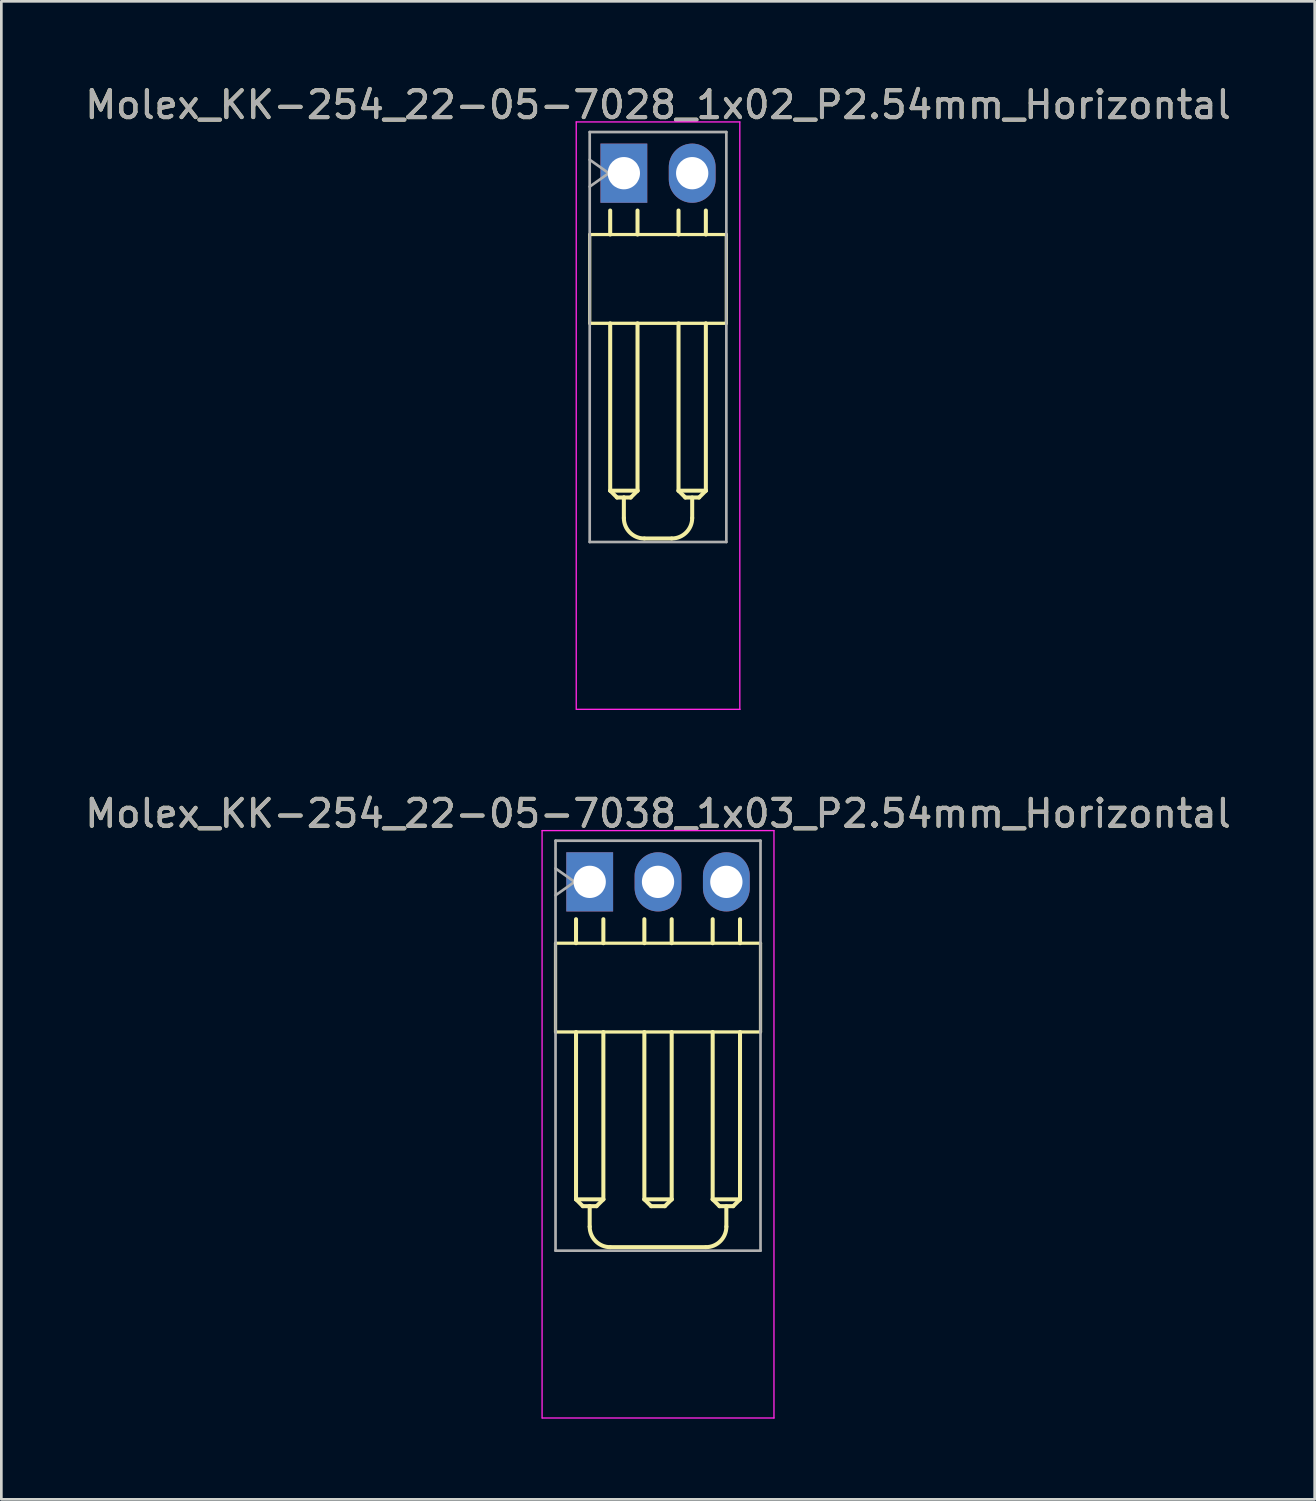
<source format=kicad_pcb>
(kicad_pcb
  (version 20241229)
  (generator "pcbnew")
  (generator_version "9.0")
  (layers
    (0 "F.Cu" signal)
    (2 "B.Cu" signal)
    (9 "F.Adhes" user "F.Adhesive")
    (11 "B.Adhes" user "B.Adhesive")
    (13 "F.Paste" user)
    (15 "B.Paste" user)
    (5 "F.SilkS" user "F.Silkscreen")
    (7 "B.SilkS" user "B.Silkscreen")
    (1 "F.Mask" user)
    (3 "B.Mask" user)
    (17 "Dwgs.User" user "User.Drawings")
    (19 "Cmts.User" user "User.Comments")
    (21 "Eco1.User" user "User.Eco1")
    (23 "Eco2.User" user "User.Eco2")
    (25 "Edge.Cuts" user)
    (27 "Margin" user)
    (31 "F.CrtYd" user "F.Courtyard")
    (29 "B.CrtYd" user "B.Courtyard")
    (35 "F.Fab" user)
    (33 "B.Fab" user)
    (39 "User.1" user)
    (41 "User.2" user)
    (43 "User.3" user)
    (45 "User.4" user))
  (footprint "Molex_KK-254_22-05-7028_1x02_P2.54mm_Horizontal"
    (layer "F.Cu")
    (at 20.141 3.388)
    (property "Reference" "Molex_KK-254_22-05-7028_1x02_P2.54mm_Horizontal" (at 1.27 -2.54 0) (layer "F.SilkS") (effects (font (size 1 1) (thickness 0.15))))
    (attr through_hole)
    (fp_line (start -1.27 2.28) (end -1.27 5.58) (stroke (width 0.12) (type solid)) (layer "F.SilkS"))
    (fp_line (start -1.27 2.28) (end 3.81 2.28) (stroke (width 0.12) (type solid)) (layer "F.SilkS"))
    (fp_line (start -0.508 1.388) (end -0.508 2.28) (stroke (width 0.15) (type solid)) (layer "F.SilkS"))
    (fp_line (start -0.508 11.802) (end -0.508 5.582) (stroke (width 0.15) (type solid)) (layer "F.SilkS"))
    (fp_line (start -0.508 11.802) (end 0.508 11.802) (stroke (width 0.15) (type solid)) (layer "F.SilkS"))
    (fp_line (start -0.254 12.056) (end -0.508 11.802) (stroke (width 0.15) (type solid)) (layer "F.SilkS"))
    (fp_line (start 0 12.056) (end -0.254 12.056) (stroke (width 0.15) (type solid)) (layer "F.SilkS"))
    (fp_line (start 0 12.056) (end 0 12.818) (stroke (width 0.15) (type solid)) (layer "F.SilkS"))
    (fp_line (start 0.254 12.056) (end 0 12.056) (stroke (width 0.15) (type solid)) (layer "F.SilkS"))
    (fp_line (start 0.508 2.28) (end 0.508 1.388) (stroke (width 0.15) (type solid)) (layer "F.SilkS"))
    (fp_line (start 0.508 5.582) (end 0.508 11.802) (stroke (width 0.15) (type solid)) (layer "F.SilkS"))
    (fp_line (start 0.508 11.802) (end 0.254 12.056) (stroke (width 0.15) (type solid)) (layer "F.SilkS"))
    (fp_line (start 0.762 13.58) (end 1.778 13.58) (stroke (width 0.15) (type solid)) (layer "F.SilkS"))
    (fp_line (start 2.032 2.28) (end 2.032 1.388) (stroke (width 0.15) (type solid)) (layer "F.SilkS"))
    (fp_line (start 2.032 5.582) (end 2.032 11.802) (stroke (width 0.15) (type solid)) (layer "F.SilkS"))
    (fp_line (start 2.032 11.802) (end 2.286 12.056) (stroke (width 0.15) (type solid)) (layer "F.SilkS"))
    (fp_line (start 2.286 12.056) (end 2.794 12.056) (stroke (width 0.15) (type solid)) (layer "F.SilkS"))
    (fp_line (start 2.54 12.056) (end 2.54 12.818) (stroke (width 0.15) (type solid)) (layer "F.SilkS"))
    (fp_line (start 2.794 12.056) (end 3.048 11.802) (stroke (width 0.15) (type solid)) (layer "F.SilkS"))
    (fp_line (start 3.048 2.28) (end 3.048 1.388) (stroke (width 0.15) (type solid)) (layer "F.SilkS"))
    (fp_line (start 3.048 11.802) (end 2.032 11.802) (stroke (width 0.15) (type solid)) (layer "F.SilkS"))
    (fp_line (start 3.048 11.802) (end 3.048 5.582) (stroke (width 0.15) (type solid)) (layer "F.SilkS"))
    (fp_line (start 3.81 2.28) (end 3.81 5.58) (stroke (width 0.12) (type solid)) (layer "F.SilkS"))
    (fp_line (start 3.81 5.58) (end -1.27 5.58) (stroke (width 0.12) (type solid)) (layer "F.SilkS"))
    (fp_arc (start 0.762 13.58) (mid 0.223185 13.356815) (end 0 12.818) (stroke (width 0.15) (type solid)) (layer "F.SilkS"))
    (fp_arc (start 2.54 12.818) (mid 2.316815 13.356815) (end 1.778 13.58) (stroke (width 0.15) (type solid)) (layer "F.SilkS"))
    (fp_line (start -1.77 -1.905) (end -1.77 19.93) (stroke (width 0.05) (type solid)) (layer "F.CrtYd"))
    (fp_line (start -1.762 19.93) (end 4.318 19.93) (stroke (width 0.05) (type solid)) (layer "F.CrtYd"))
    (fp_line (start 4.31 -1.905) (end -1.77 -1.905) (stroke (width 0.05) (type solid)) (layer "F.CrtYd"))
    (fp_line (start 4.31 19.93) (end 4.31 -1.905) (stroke (width 0.05) (type solid)) (layer "F.CrtYd"))
    (fp_line (start -1.27 -1.53) (end -1.27 13.71) (stroke (width 0.1) (type solid)) (layer "F.Fab"))
    (fp_line (start -1.27 -0.5) (end -0.563 0) (stroke (width 0.1) (type solid)) (layer "F.Fab"))
    (fp_line (start -1.27 13.71) (end 3.81 13.71) (stroke (width 0.1) (type solid)) (layer "F.Fab"))
    (fp_line (start -0.563 0) (end -1.27 0.5) (stroke (width 0.1) (type solid)) (layer "F.Fab"))
    (fp_line (start 3.81 -1.53) (end -1.27 -1.53) (stroke (width 0.1) (type solid)) (layer "F.Fab"))
    (fp_line (start 3.81 13.71) (end 3.81 -1.53) (stroke (width 0.1) (type solid)) (layer "F.Fab"))
    (fp_text user "${REFERENCE}" (at 1.27 -2.54 0) (layer "F.Fab") (effects (font (size 1 1) (thickness 0.15))))
    (pad "1" thru_hole rect (at 0 0) (size 1.74 2.2) (drill 1.2) (layers "*.Cu" "*.Mask"))
    (pad "2" thru_hole oval (at 2.54 0) (size 1.74 2.2) (drill 1.2) (layers "*.Cu" "*.Mask")))
  (footprint "Molex_KK-254_22-05-7038_1x03_P2.54mm_Horizontal"
    (layer "F.Cu")
    (at 18.871 29.732)
    (property "Reference" "Molex_KK-254_22-05-7038_1x03_P2.54mm_Horizontal" (at 2.54 -2.54 0) (layer "F.SilkS") (effects (font (size 1 1) (thickness 0.15))))
    (attr through_hole)
    (fp_line (start -1.27 2.28) (end -1.27 5.58) (stroke (width 0.12) (type solid)) (layer "F.SilkS"))
    (fp_line (start -1.27 2.28) (end 6.35 2.28) (stroke (width 0.12) (type solid)) (layer "F.SilkS"))
    (fp_line (start -0.508 1.388) (end -0.508 2.28) (stroke (width 0.15) (type solid)) (layer "F.SilkS"))
    (fp_line (start -0.508 11.802) (end -0.508 5.582) (stroke (width 0.15) (type solid)) (layer "F.SilkS"))
    (fp_line (start -0.508 11.802) (end 0.508 11.802) (stroke (width 0.15) (type solid)) (layer "F.SilkS"))
    (fp_line (start -0.254 12.056) (end -0.508 11.802) (stroke (width 0.15) (type solid)) (layer "F.SilkS"))
    (fp_line (start 0 12.056) (end -0.254 12.056) (stroke (width 0.15) (type solid)) (layer "F.SilkS"))
    (fp_line (start 0 12.056) (end 0 12.818) (stroke (width 0.15) (type solid)) (layer "F.SilkS"))
    (fp_line (start 0.254 12.056) (end 0 12.056) (stroke (width 0.15) (type solid)) (layer "F.SilkS"))
    (fp_line (start 0.508 2.28) (end 0.508 1.388) (stroke (width 0.15) (type solid)) (layer "F.SilkS"))
    (fp_line (start 0.508 5.582) (end 0.508 11.802) (stroke (width 0.15) (type solid)) (layer "F.SilkS"))
    (fp_line (start 0.508 11.802) (end 0.254 12.056) (stroke (width 0.15) (type solid)) (layer "F.SilkS"))
    (fp_line (start 0.762 13.58) (end 4.318 13.58) (stroke (width 0.15) (type solid)) (layer "F.SilkS"))
    (fp_line (start 2.032 2.28) (end 2.032 1.388) (stroke (width 0.15) (type solid)) (layer "F.SilkS"))
    (fp_line (start 2.032 5.582) (end 2.032 11.802) (stroke (width 0.15) (type solid)) (layer "F.SilkS"))
    (fp_line (start 2.032 11.802) (end 2.286 12.056) (stroke (width 0.15) (type solid)) (layer "F.SilkS"))
    (fp_line (start 2.286 12.056) (end 2.794 12.056) (stroke (width 0.15) (type solid)) (layer "F.SilkS"))
    (fp_line (start 2.794 12.056) (end 3.048 11.802) (stroke (width 0.15) (type solid)) (layer "F.SilkS"))
    (fp_line (start 3.048 2.28) (end 3.048 1.388) (stroke (width 0.15) (type solid)) (layer "F.SilkS"))
    (fp_line (start 3.048 11.802) (end 2.032 11.802) (stroke (width 0.15) (type solid)) (layer "F.SilkS"))
    (fp_line (start 3.048 11.802) (end 3.048 5.582) (stroke (width 0.15) (type solid)) (layer "F.SilkS"))
    (fp_line (start 4.572 2.28) (end 4.572 1.388) (stroke (width 0.15) (type solid)) (layer "F.SilkS"))
    (fp_line (start 4.572 5.582) (end 4.572 11.802) (stroke (width 0.15) (type solid)) (layer "F.SilkS"))
    (fp_line (start 4.572 11.802) (end 4.826 12.056) (stroke (width 0.15) (type solid)) (layer "F.SilkS"))
    (fp_line (start 4.826 12.056) (end 5.334 12.056) (stroke (width 0.15) (type solid)) (layer "F.SilkS"))
    (fp_line (start 5.08 12.056) (end 5.08 12.818) (stroke (width 0.15) (type solid)) (layer "F.SilkS"))
    (fp_line (start 5.334 12.056) (end 5.588 11.802) (stroke (width 0.15) (type solid)) (layer "F.SilkS"))
    (fp_line (start 5.588 2.28) (end 5.588 1.388) (stroke (width 0.15) (type solid)) (layer "F.SilkS"))
    (fp_line (start 5.588 11.802) (end 4.572 11.802) (stroke (width 0.15) (type solid)) (layer "F.SilkS"))
    (fp_line (start 5.588 11.802) (end 5.588 5.582) (stroke (width 0.15) (type solid)) (layer "F.SilkS"))
    (fp_line (start 6.35 2.28) (end 6.35 5.58) (stroke (width 0.12) (type solid)) (layer "F.SilkS"))
    (fp_line (start 6.35 5.58) (end -1.27 5.58) (stroke (width 0.12) (type solid)) (layer "F.SilkS"))
    (fp_arc (start 0.762 13.58) (mid 0.223185 13.356815) (end 0 12.818) (stroke (width 0.15) (type solid)) (layer "F.SilkS"))
    (fp_arc (start 5.08 12.818) (mid 4.856815 13.356815) (end 4.318 13.58) (stroke (width 0.15) (type solid)) (layer "F.SilkS"))
    (fp_line (start -1.77 -1.905) (end -1.77 19.93) (stroke (width 0.05) (type solid)) (layer "F.CrtYd"))
    (fp_line (start -1.762 19.93) (end 6.85 19.93) (stroke (width 0.05) (type solid)) (layer "F.CrtYd"))
    (fp_line (start 6.85 -1.905) (end -1.77 -1.905) (stroke (width 0.05) (type solid)) (layer "F.CrtYd"))
    (fp_line (start 6.85 19.93) (end 6.85 -1.905) (stroke (width 0.05) (type solid)) (layer "F.CrtYd"))
    (fp_line (start -1.27 -1.53) (end -1.27 13.71) (stroke (width 0.1) (type solid)) (layer "F.Fab"))
    (fp_line (start -1.27 -0.5) (end -0.563 0) (stroke (width 0.1) (type solid)) (layer "F.Fab"))
    (fp_line (start -1.27 13.71) (end 6.35 13.71) (stroke (width 0.1) (type solid)) (layer "F.Fab"))
    (fp_line (start -0.563 0) (end -1.27 0.5) (stroke (width 0.1) (type solid)) (layer "F.Fab"))
    (fp_line (start 6.35 -1.53) (end -1.27 -1.53) (stroke (width 0.1) (type solid)) (layer "F.Fab"))
    (fp_line (start 6.35 13.71) (end 6.35 -1.53) (stroke (width 0.1) (type solid)) (layer "F.Fab"))
    (fp_text user "${REFERENCE}" (at 2.54 -2.54 0) (layer "F.Fab") (effects (font (size 1 1) (thickness 0.15))))
    (pad "1" thru_hole rect (at 0 0) (size 1.74 2.2) (drill 1.2) (layers "*.Cu" "*.Mask"))
    (pad "2" thru_hole oval (at 2.54 0) (size 1.74 2.2) (drill 1.2) (layers "*.Cu" "*.Mask"))
    (pad "3" thru_hole oval (at 5.08 0) (size 1.74 2.2) (drill 1.2) (layers "*.Cu" "*.Mask")))
  (gr_rect
    (start -3 -3)
    (end 45.821 52.687)
    (stroke (width 0.1) (type default))
    (fill no)
    (layer "Edge.Cuts")))
</source>
